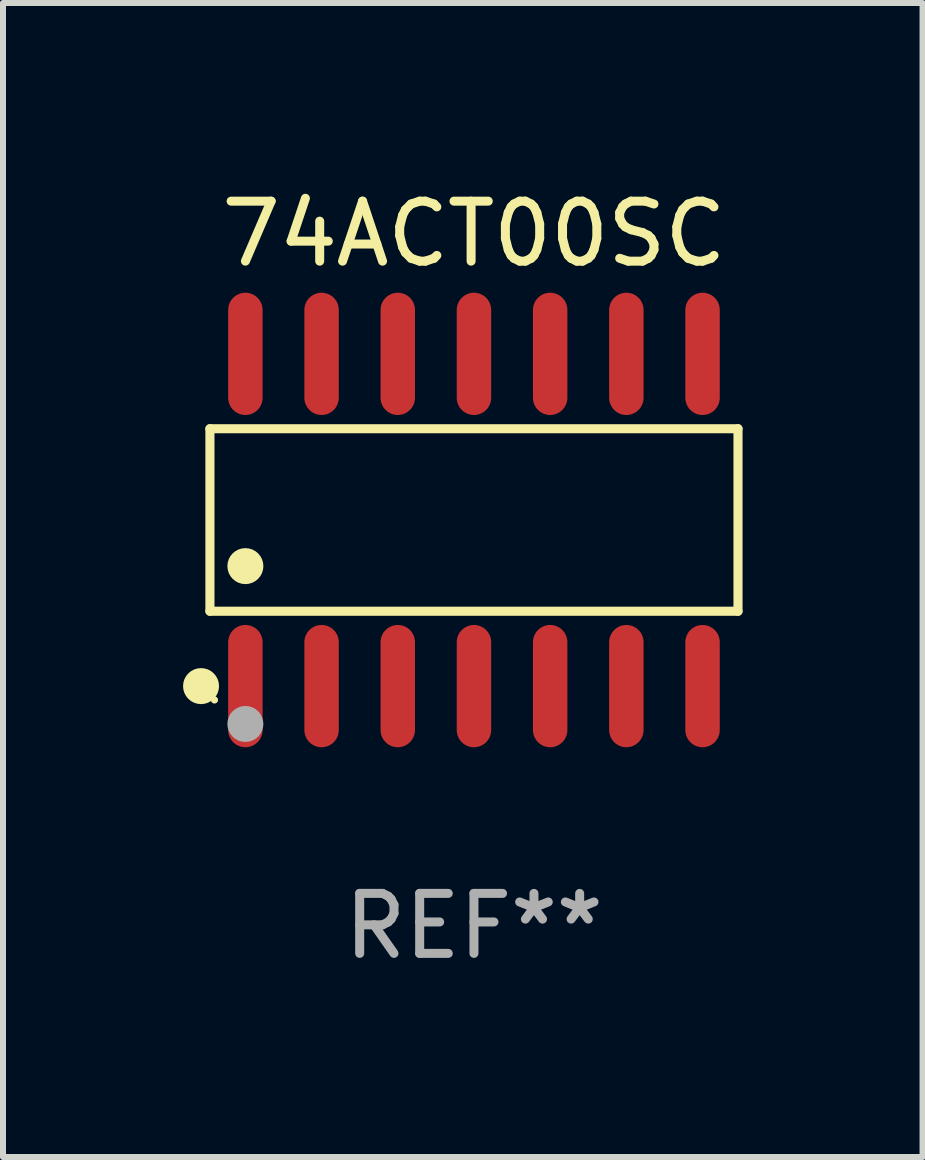
<source format=kicad_pcb>
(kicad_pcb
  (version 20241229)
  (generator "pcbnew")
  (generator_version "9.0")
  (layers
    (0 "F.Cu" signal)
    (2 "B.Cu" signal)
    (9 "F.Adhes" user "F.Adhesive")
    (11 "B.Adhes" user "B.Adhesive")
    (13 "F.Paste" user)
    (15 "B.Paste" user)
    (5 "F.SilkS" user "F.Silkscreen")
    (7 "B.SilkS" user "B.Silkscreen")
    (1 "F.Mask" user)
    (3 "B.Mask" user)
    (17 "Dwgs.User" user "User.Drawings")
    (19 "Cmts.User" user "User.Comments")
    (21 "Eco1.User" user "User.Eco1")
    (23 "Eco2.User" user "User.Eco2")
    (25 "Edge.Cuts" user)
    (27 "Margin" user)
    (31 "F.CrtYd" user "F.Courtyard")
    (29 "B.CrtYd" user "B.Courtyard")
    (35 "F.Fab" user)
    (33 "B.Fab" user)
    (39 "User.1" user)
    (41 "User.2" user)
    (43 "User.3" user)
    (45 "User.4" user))
  (footprint "74ACT00SC"
    (layer "F.Cu")
    (at 4.85 5.617)
    (property "Reference" "74ACT00SC" (at 0 -4.769 0) (layer "F.SilkS") (effects (font (size 1 1) (thickness 0.15))))
    (attr through_hole)
    (fp_line (start -4.401 -1.521) (end 4.401 -1.521) (stroke (width 0.152) (type solid)) (layer "F.SilkS"))
    (fp_line (start -4.401 1.521) (end -4.401 -1.521) (stroke (width 0.152) (type solid)) (layer "F.SilkS"))
    (fp_line (start 4.401 -1.521) (end 4.401 1.521) (stroke (width 0.152) (type solid)) (layer "F.SilkS"))
    (fp_line (start 4.401 1.521) (end -4.401 1.521) (stroke (width 0.152) (type solid)) (layer "F.SilkS"))
    (fp_circle (center -4.549 2.769) (end -4.399 2.769) (stroke (width 0.3) (type solid)) (fill no) (layer "F.SilkS"))
    (fp_circle (center -4.325 3) (end -4.295 3) (stroke (width 0.06) (type solid)) (fill no) (layer "F.SilkS"))
    (fp_circle (center -3.81 0.769) (end -3.66 0.769) (stroke (width 0.3) (type solid)) (fill no) (layer "F.SilkS"))
    (fp_circle (center -3.81 3.4) (end -3.66 3.4) (stroke (width 0.3) (type solid)) (fill no) (layer "F.Fab"))
    (fp_text user "REF**" (at 0 6.769 0) (layer "F.Fab") (effects (font (size 1 1) (thickness 0.15))))
    (pad "1" smd oval (at -3.81 2.769) (size 0.574 2.038) (layers "F.Cu" "F.Mask" "F.Paste"))
    (pad "2" smd oval (at -2.54 2.769) (size 0.574 2.038) (layers "F.Cu" "F.Mask" "F.Paste"))
    (pad "3" smd oval (at -1.27 2.769) (size 0.574 2.038) (layers "F.Cu" "F.Mask" "F.Paste"))
    (pad "4" smd oval (at 0 2.769) (size 0.574 2.038) (layers "F.Cu" "F.Mask" "F.Paste"))
    (pad "5" smd oval (at 1.27 2.769) (size 0.574 2.038) (layers "F.Cu" "F.Mask" "F.Paste"))
    (pad "6" smd oval (at 2.54 2.769) (size 0.574 2.038) (layers "F.Cu" "F.Mask" "F.Paste"))
    (pad "7" smd oval (at 3.81 2.769) (size 0.574 2.038) (layers "F.Cu" "F.Mask" "F.Paste"))
    (pad "8" smd oval (at 3.81 -2.769) (size 0.574 2.038) (layers "F.Cu" "F.Mask" "F.Paste"))
    (pad "9" smd oval (at 2.54 -2.769) (size 0.574 2.038) (layers "F.Cu" "F.Mask" "F.Paste"))
    (pad "10" smd oval (at 1.27 -2.769) (size 0.574 2.038) (layers "F.Cu" "F.Mask" "F.Paste"))
    (pad "11" smd oval (at 0 -2.769) (size 0.574 2.038) (layers "F.Cu" "F.Mask" "F.Paste"))
    (pad "12" smd oval (at -1.27 -2.769) (size 0.574 2.038) (layers "F.Cu" "F.Mask" "F.Paste"))
    (pad "13" smd oval (at -2.54 -2.769) (size 0.574 2.038) (layers "F.Cu" "F.Mask" "F.Paste"))
    (pad "14" smd oval (at -3.81 -2.769) (size 0.574 2.038) (layers "F.Cu" "F.Mask" "F.Paste")))
  (gr_rect
    (start -3 -3)
    (end 12.327 16.235)
    (stroke (width 0.1) (type default))
    (fill no)
    (layer "Edge.Cuts")))
</source>
